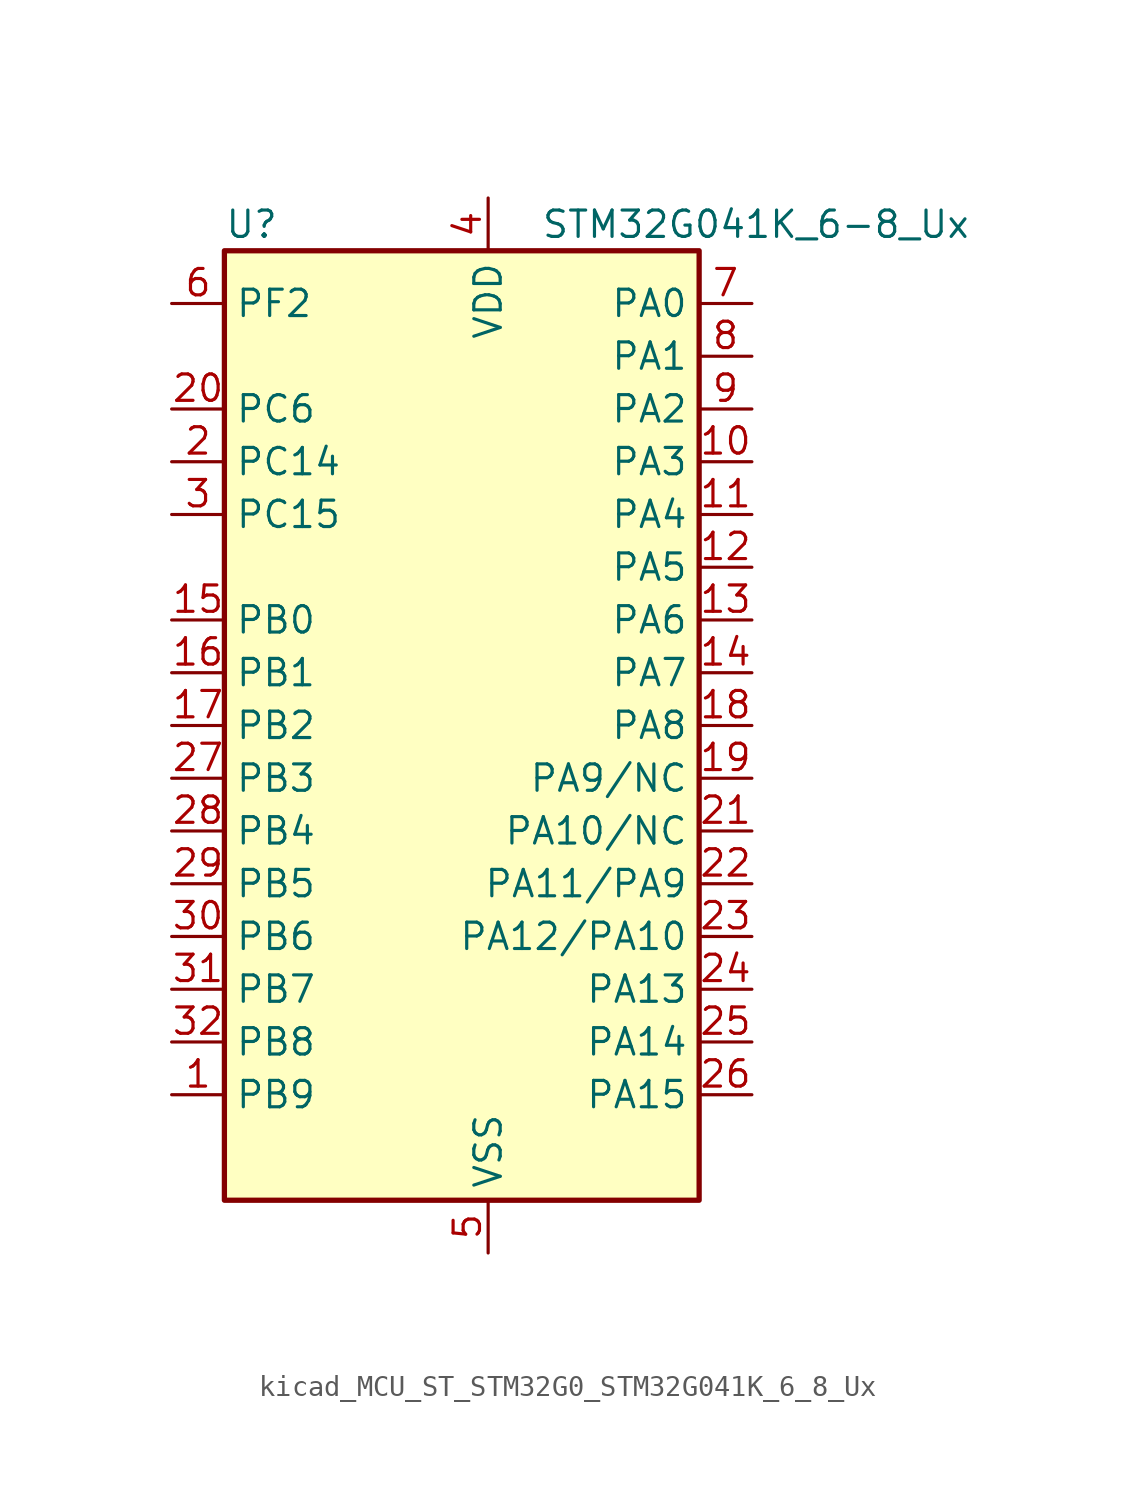
<source format=kicad_sym>
(kicad_symbol_lib
  (version 20220914)
  (generator kicad_symbol_editor)
  (symbol "kicad_MCU_ST_STM32G0_STM32G041K_6_8_Ux"
    (property "Reference" "U"
      (at -10.16 24.13 0)
      (effects (font (size 1.27 1.27)) (justify left)))
    (property "Value" "STM32G041K_6-8_Ux"
      (at 5.08 24.13 0)
      (effects (font (size 1.27 1.27)) (justify left)))
    (property "ki_locked" ""
      (at 0 0 0)
      (effects (font (size 1.27 1.27))))
    (symbol "kicad_MCU_ST_STM32G0_STM32G041K_6_8_Ux_0_1"
      (rectangle (start -10.16 -22.86) (end 12.7 22.86) (stroke (width 0.254) (type default)) (fill (type background))))
    (symbol "kicad_MCU_ST_STM32G0_STM32G041K_6_8_Ux_1_1"
      (pin bidirectional line (at -12.7 -17.78 0) (length 2.54) (name "PB9" (effects (font (size 1.27 1.27)))) (number "1" (effects (font (size 1.27 1.27)))) (alternate "I2C1_SDA" bidirectional line) (alternate "IR_OUT" bidirectional line) (alternate "SPI2_NSS" bidirectional line) (alternate "TIM17_CH1" bidirectional line))
      (pin bidirectional line (at 15.24 12.7 180) (length 2.54) (name "PA3" (effects (font (size 1.27 1.27)))) (number "10" (effects (font (size 1.27 1.27)))) (alternate "ADC1_IN3" bidirectional line) (alternate "LPUART1_RX" bidirectional line) (alternate "SPI2_MISO" bidirectional line) (alternate "TIM2_CH4" bidirectional line) (alternate "USART2_RX" bidirectional line))
      (pin bidirectional line (at 15.24 10.16 180) (length 2.54) (name "PA4" (effects (font (size 1.27 1.27)))) (number "11" (effects (font (size 1.27 1.27)))) (alternate "ADC1_IN4" bidirectional line) (alternate "I2S1_WS" bidirectional line) (alternate "LPTIM2_OUT" bidirectional line) (alternate "RTC_OUT_ALARM" bidirectional line) (alternate "RTC_OUT_CALIB" bidirectional line) (alternate "RTC_TAMP_IN1" bidirectional line) (alternate "RTC_TS" bidirectional line) (alternate "SPI1_NSS" bidirectional line) (alternate "SPI2_MOSI" bidirectional line) (alternate "SYS_WKUP2" bidirectional line) (alternate "TIM14_CH1" bidirectional line))
      (pin bidirectional line (at 15.24 7.62 180) (length 2.54) (name "PA5" (effects (font (size 1.27 1.27)))) (number "12" (effects (font (size 1.27 1.27)))) (alternate "ADC1_IN5" bidirectional line) (alternate "I2S1_CK" bidirectional line) (alternate "LPTIM2_ETR" bidirectional line) (alternate "SPI1_SCK" bidirectional line) (alternate "TIM2_CH1" bidirectional line) (alternate "TIM2_ETR" bidirectional line))
      (pin bidirectional line (at 15.24 5.08 180) (length 2.54) (name "PA6" (effects (font (size 1.27 1.27)))) (number "13" (effects (font (size 1.27 1.27)))) (alternate "ADC1_IN6" bidirectional line) (alternate "I2S1_MCK" bidirectional line) (alternate "LPUART1_CTS" bidirectional line) (alternate "SPI1_MISO" bidirectional line) (alternate "TIM16_CH1" bidirectional line) (alternate "TIM1_BK" bidirectional line) (alternate "TIM3_CH1" bidirectional line))
      (pin bidirectional line (at 15.24 2.54 180) (length 2.54) (name "PA7" (effects (font (size 1.27 1.27)))) (number "14" (effects (font (size 1.27 1.27)))) (alternate "ADC1_IN7" bidirectional line) (alternate "I2S1_SD" bidirectional line) (alternate "SPI1_MOSI" bidirectional line) (alternate "TIM14_CH1" bidirectional line) (alternate "TIM17_CH1" bidirectional line) (alternate "TIM1_CH1N" bidirectional line) (alternate "TIM3_CH2" bidirectional line))
      (pin bidirectional line (at -12.7 5.08 0) (length 2.54) (name "PB0" (effects (font (size 1.27 1.27)))) (number "15" (effects (font (size 1.27 1.27)))) (alternate "ADC1_IN8" bidirectional line) (alternate "I2S1_WS" bidirectional line) (alternate "LPTIM1_OUT" bidirectional line) (alternate "SPI1_NSS" bidirectional line) (alternate "TIM1_CH2N" bidirectional line) (alternate "TIM3_CH3" bidirectional line))
      (pin bidirectional line (at -12.7 2.54 0) (length 2.54) (name "PB1" (effects (font (size 1.27 1.27)))) (number "16" (effects (font (size 1.27 1.27)))) (alternate "ADC1_IN9" bidirectional line) (alternate "LPTIM2_IN1" bidirectional line) (alternate "LPUART1_DE" bidirectional line) (alternate "LPUART1_RTS" bidirectional line) (alternate "TIM14_CH1" bidirectional line) (alternate "TIM1_CH3N" bidirectional line) (alternate "TIM3_CH4" bidirectional line))
      (pin bidirectional line (at -12.7 0 0) (length 2.54) (name "PB2" (effects (font (size 1.27 1.27)))) (number "17" (effects (font (size 1.27 1.27)))) (alternate "ADC1_IN10" bidirectional line) (alternate "LPTIM1_OUT" bidirectional line) (alternate "SPI2_MISO" bidirectional line))
      (pin bidirectional line (at 15.24 0 180) (length 2.54) (name "PA8" (effects (font (size 1.27 1.27)))) (number "18" (effects (font (size 1.27 1.27)))) (alternate "LPTIM2_OUT" bidirectional line) (alternate "RCC_MCO" bidirectional line) (alternate "SPI2_NSS" bidirectional line) (alternate "TIM1_CH1" bidirectional line))
      (pin bidirectional line (at 15.24 -2.54 180) (length 2.54) (name "PA9/NC" (effects (font (size 1.27 1.27)))) (number "19" (effects (font (size 1.27 1.27)))) (alternate "I2C1_SCL" bidirectional line) (alternate "RCC_MCO" bidirectional line) (alternate "SPI2_MISO" bidirectional line) (alternate "TIM1_CH2" bidirectional line) (alternate "USART1_TX" bidirectional line))
      (pin bidirectional line (at -12.7 12.7 0) (length 2.54) (name "PC14" (effects (font (size 1.27 1.27)))) (number "2" (effects (font (size 1.27 1.27)))) (alternate "RCC_OSC32_IN" bidirectional line) (alternate "RCC_OSC_IN" bidirectional line) (alternate "TIM1_BK2" bidirectional line))
      (pin bidirectional line (at -12.7 15.24 0) (length 2.54) (name "PC6" (effects (font (size 1.27 1.27)))) (number "20" (effects (font (size 1.27 1.27)))) (alternate "TIM2_CH3" bidirectional line) (alternate "TIM3_CH1" bidirectional line))
      (pin bidirectional line (at 15.24 -5.08 180) (length 2.54) (name "PA10/NC" (effects (font (size 1.27 1.27)))) (number "21" (effects (font (size 1.27 1.27)))) (alternate "I2C1_SDA" bidirectional line) (alternate "SPI2_MOSI" bidirectional line) (alternate "TIM17_BK" bidirectional line) (alternate "TIM1_CH3" bidirectional line) (alternate "USART1_RX" bidirectional line))
      (pin bidirectional line (at 15.24 -7.62 180) (length 2.54) (name "PA11/PA9" (effects (font (size 1.27 1.27)))) (number "22" (effects (font (size 1.27 1.27)))) (alternate "ADC1_EXTI11" bidirectional line) (alternate "ADC1_IN15" bidirectional line) (alternate "I2C2_SCL" bidirectional line) (alternate "I2S1_MCK" bidirectional line) (alternate "SPI1_MISO" bidirectional line) (alternate "TIM1_BK2" bidirectional line) (alternate "TIM1_CH4" bidirectional line) (alternate "USART1_CTS" bidirectional line) (alternate "USART1_NSS" bidirectional line))
      (pin bidirectional line (at 15.24 -10.16 180) (length 2.54) (name "PA12/PA10" (effects (font (size 1.27 1.27)))) (number "23" (effects (font (size 1.27 1.27)))) (alternate "ADC1_IN16" bidirectional line) (alternate "I2C2_SDA" bidirectional line) (alternate "I2S1_SD" bidirectional line) (alternate "I2S_CKIN" bidirectional line) (alternate "SPI1_MOSI" bidirectional line) (alternate "TIM1_ETR" bidirectional line) (alternate "USART1_CK" bidirectional line) (alternate "USART1_DE" bidirectional line) (alternate "USART1_RTS" bidirectional line))
      (pin bidirectional line (at 15.24 -12.7 180) (length 2.54) (name "PA13" (effects (font (size 1.27 1.27)))) (number "24" (effects (font (size 1.27 1.27)))) (alternate "ADC1_IN17" bidirectional line) (alternate "IR_OUT" bidirectional line) (alternate "SYS_SWDIO" bidirectional line))
      (pin bidirectional line (at 15.24 -15.24 180) (length 2.54) (name "PA14" (effects (font (size 1.27 1.27)))) (number "25" (effects (font (size 1.27 1.27)))) (alternate "ADC1_IN18" bidirectional line) (alternate "SYS_SWCLK" bidirectional line) (alternate "USART2_TX" bidirectional line))
      (pin bidirectional line (at 15.24 -17.78 180) (length 2.54) (name "PA15" (effects (font (size 1.27 1.27)))) (number "26" (effects (font (size 1.27 1.27)))) (alternate "I2S1_WS" bidirectional line) (alternate "SPI1_NSS" bidirectional line) (alternate "TIM2_CH1" bidirectional line) (alternate "TIM2_ETR" bidirectional line) (alternate "USART2_RX" bidirectional line))
      (pin bidirectional line (at -12.7 -2.54 0) (length 2.54) (name "PB3" (effects (font (size 1.27 1.27)))) (number "27" (effects (font (size 1.27 1.27)))) (alternate "I2S1_CK" bidirectional line) (alternate "SPI1_SCK" bidirectional line) (alternate "TIM1_CH2" bidirectional line) (alternate "TIM2_CH2" bidirectional line) (alternate "USART1_CK" bidirectional line) (alternate "USART1_DE" bidirectional line) (alternate "USART1_RTS" bidirectional line))
      (pin bidirectional line (at -12.7 -5.08 0) (length 2.54) (name "PB4" (effects (font (size 1.27 1.27)))) (number "28" (effects (font (size 1.27 1.27)))) (alternate "I2S1_MCK" bidirectional line) (alternate "SPI1_MISO" bidirectional line) (alternate "TIM17_BK" bidirectional line) (alternate "TIM3_CH1" bidirectional line) (alternate "USART1_CTS" bidirectional line) (alternate "USART1_NSS" bidirectional line))
      (pin bidirectional line (at -12.7 -7.62 0) (length 2.54) (name "PB5" (effects (font (size 1.27 1.27)))) (number "29" (effects (font (size 1.27 1.27)))) (alternate "I2C1_SMBA" bidirectional line) (alternate "I2S1_SD" bidirectional line) (alternate "LPTIM1_IN1" bidirectional line) (alternate "SPI1_MOSI" bidirectional line) (alternate "SYS_WKUP6" bidirectional line) (alternate "TIM16_BK" bidirectional line) (alternate "TIM3_CH2" bidirectional line))
      (pin bidirectional line (at -12.7 10.16 0) (length 2.54) (name "PC15" (effects (font (size 1.27 1.27)))) (number "3" (effects (font (size 1.27 1.27)))) (alternate "RCC_OSC32_EN" bidirectional line) (alternate "RCC_OSC32_OUT" bidirectional line) (alternate "RCC_OSC_EN" bidirectional line))
      (pin bidirectional line (at -12.7 -10.16 0) (length 2.54) (name "PB6" (effects (font (size 1.27 1.27)))) (number "30" (effects (font (size 1.27 1.27)))) (alternate "I2C1_SCL" bidirectional line) (alternate "LPTIM1_ETR" bidirectional line) (alternate "SPI2_MISO" bidirectional line) (alternate "TIM16_CH1N" bidirectional line) (alternate "TIM1_CH3" bidirectional line) (alternate "USART1_TX" bidirectional line))
      (pin bidirectional line (at -12.7 -12.7 0) (length 2.54) (name "PB7" (effects (font (size 1.27 1.27)))) (number "31" (effects (font (size 1.27 1.27)))) (alternate "ADC1_IN11" bidirectional line) (alternate "I2C1_SDA" bidirectional line) (alternate "LPTIM1_IN2" bidirectional line) (alternate "SPI2_MOSI" bidirectional line) (alternate "SYS_PVD_IN" bidirectional line) (alternate "TIM17_CH1N" bidirectional line) (alternate "USART1_RX" bidirectional line))
      (pin bidirectional line (at -12.7 -15.24 0) (length 2.54) (name "PB8" (effects (font (size 1.27 1.27)))) (number "32" (effects (font (size 1.27 1.27)))) (alternate "I2C1_SCL" bidirectional line) (alternate "SPI2_SCK" bidirectional line) (alternate "TIM16_CH1" bidirectional line))
      (pin passive line (at 2.54 -25.4 90) (length 2.54) hide (name "VSS" (effects (font (size 1.27 1.27)))) (number "33" (effects (font (size 1.27 1.27)))))
      (pin power_in line (at 2.54 25.4 270) (length 2.54) (name "VDD" (effects (font (size 1.27 1.27)))) (number "4" (effects (font (size 1.27 1.27)))))
      (pin power_in line (at 2.54 -25.4 90) (length 2.54) (name "VSS" (effects (font (size 1.27 1.27)))) (number "5" (effects (font (size 1.27 1.27)))))
      (pin bidirectional line (at -12.7 20.32 0) (length 2.54) (name "PF2" (effects (font (size 1.27 1.27)))) (number "6" (effects (font (size 1.27 1.27)))) (alternate "RCC_MCO" bidirectional line))
      (pin bidirectional line (at 15.24 20.32 180) (length 2.54) (name "PA0" (effects (font (size 1.27 1.27)))) (number "7" (effects (font (size 1.27 1.27)))) (alternate "ADC1_IN0" bidirectional line) (alternate "LPTIM1_OUT" bidirectional line) (alternate "RTC_TAMP_IN2" bidirectional line) (alternate "SPI2_SCK" bidirectional line) (alternate "SYS_WKUP1" bidirectional line) (alternate "TIM2_CH1" bidirectional line) (alternate "TIM2_ETR" bidirectional line) (alternate "USART2_CTS" bidirectional line) (alternate "USART2_NSS" bidirectional line))
      (pin bidirectional line (at 15.24 17.78 180) (length 2.54) (name "PA1" (effects (font (size 1.27 1.27)))) (number "8" (effects (font (size 1.27 1.27)))) (alternate "ADC1_IN1" bidirectional line) (alternate "I2C1_SMBA" bidirectional line) (alternate "I2S1_CK" bidirectional line) (alternate "SPI1_SCK" bidirectional line) (alternate "TIM2_CH2" bidirectional line) (alternate "USART2_CK" bidirectional line) (alternate "USART2_DE" bidirectional line) (alternate "USART2_RTS" bidirectional line))
      (pin bidirectional line (at 15.24 15.24 180) (length 2.54) (name "PA2" (effects (font (size 1.27 1.27)))) (number "9" (effects (font (size 1.27 1.27)))) (alternate "ADC1_IN2" bidirectional line) (alternate "I2S1_SD" bidirectional line) (alternate "LPUART1_TX" bidirectional line) (alternate "RCC_LSCO" bidirectional line) (alternate "SPI1_MOSI" bidirectional line) (alternate "SYS_WKUP4" bidirectional line) (alternate "TIM2_CH3" bidirectional line) (alternate "USART2_TX" bidirectional line)))))
</source>
